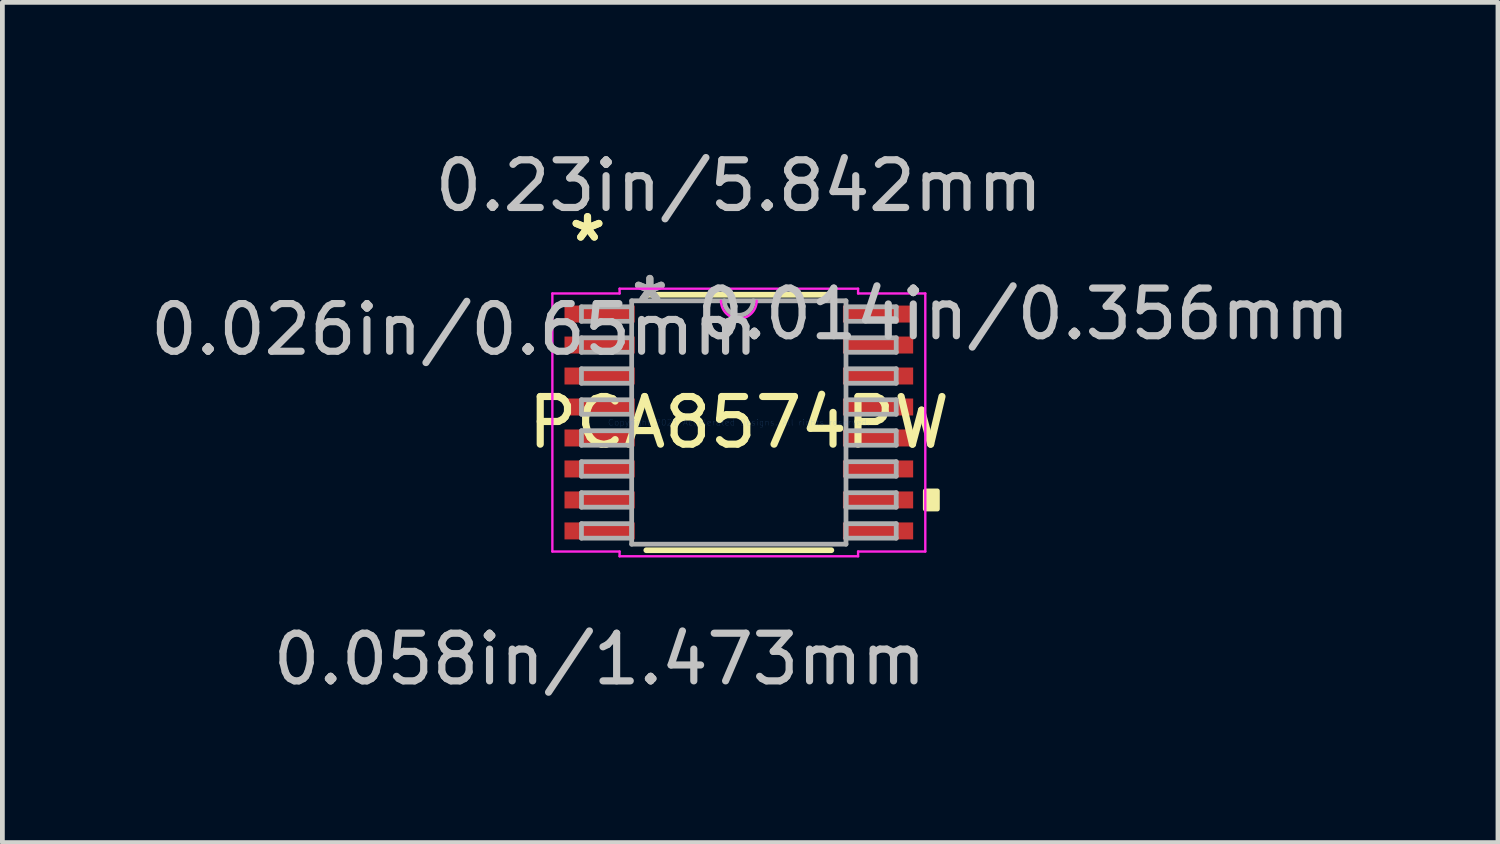
<source format=kicad_pcb>
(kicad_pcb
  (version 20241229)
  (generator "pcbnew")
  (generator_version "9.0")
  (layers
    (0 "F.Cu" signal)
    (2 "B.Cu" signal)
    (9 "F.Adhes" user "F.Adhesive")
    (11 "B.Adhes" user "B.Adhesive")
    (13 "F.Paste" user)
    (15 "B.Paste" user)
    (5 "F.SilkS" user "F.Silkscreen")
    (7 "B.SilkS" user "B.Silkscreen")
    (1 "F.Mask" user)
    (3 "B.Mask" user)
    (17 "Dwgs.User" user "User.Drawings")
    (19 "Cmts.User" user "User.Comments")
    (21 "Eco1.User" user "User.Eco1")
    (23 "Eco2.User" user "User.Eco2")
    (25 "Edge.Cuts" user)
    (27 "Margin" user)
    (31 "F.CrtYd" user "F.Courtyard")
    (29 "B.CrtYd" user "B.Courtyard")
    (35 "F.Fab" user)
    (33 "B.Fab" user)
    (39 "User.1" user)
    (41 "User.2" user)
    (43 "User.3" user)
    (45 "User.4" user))
  (footprint "PCA8574PW"
    (layer "F.Cu")
    (at 12.451 5.814)
    (property "Reference" "PCA8574PW" (at 0 0 0) (layer "F.SilkS") (effects (font (size 1 1) (thickness 0.15))))
    (attr through_hole)
    (fp_line (start -1.941 2.68) (end 1.941 2.68) (stroke (width 0.12) (type solid)) (layer "F.SilkS"))
    (fp_line (start 1.941 -2.68) (end -1.941 -2.68) (stroke (width 0.12) (type solid)) (layer "F.SilkS"))
    (fp_poly (pts (xy 4.166 1.435) (xy 4.166 1.816) (xy 3.912 1.816) (xy 3.912 1.435)) (stroke (width 0.1) (type solid)) (fill yes) (layer "F.SilkS"))
    (fp_line (start -3.912 -2.707) (end -2.502 -2.707) (stroke (width 0.05) (type solid)) (layer "F.CrtYd"))
    (fp_line (start -3.912 2.707) (end -3.912 -2.707) (stroke (width 0.05) (type solid)) (layer "F.CrtYd"))
    (fp_line (start -2.502 -2.807) (end 2.502 -2.807) (stroke (width 0.05) (type solid)) (layer "F.CrtYd"))
    (fp_line (start -2.502 -2.707) (end -2.502 -2.807) (stroke (width 0.05) (type solid)) (layer "F.CrtYd"))
    (fp_line (start -2.502 2.707) (end -3.912 2.707) (stroke (width 0.05) (type solid)) (layer "F.CrtYd"))
    (fp_line (start -2.502 2.807) (end -2.502 2.707) (stroke (width 0.05) (type solid)) (layer "F.CrtYd"))
    (fp_line (start 2.502 -2.807) (end 2.502 -2.707) (stroke (width 0.05) (type solid)) (layer "F.CrtYd"))
    (fp_line (start 2.502 -2.707) (end 3.912 -2.707) (stroke (width 0.05) (type solid)) (layer "F.CrtYd"))
    (fp_line (start 2.502 2.707) (end 2.502 2.807) (stroke (width 0.05) (type solid)) (layer "F.CrtYd"))
    (fp_line (start 2.502 2.807) (end -2.502 2.807) (stroke (width 0.05) (type solid)) (layer "F.CrtYd"))
    (fp_line (start 3.912 -2.707) (end 3.912 2.707) (stroke (width 0.05) (type solid)) (layer "F.CrtYd"))
    (fp_line (start 3.912 2.707) (end 2.502 2.707) (stroke (width 0.05) (type solid)) (layer "F.CrtYd"))
    (fp_arc (start 0.37465 -2.5527) (mid 0 -2.17805) (end -0.37465 -2.5527) (stroke (width 0.05) (type solid)) (layer "F.CrtYd"))
    (fp_line (start -3.302 -2.427) (end -3.302 -2.123) (stroke (width 0.1) (type solid)) (layer "F.Fab"))
    (fp_line (start -3.302 -2.123) (end -2.248 -2.123) (stroke (width 0.1) (type solid)) (layer "F.Fab"))
    (fp_line (start -3.302 -1.777) (end -3.302 -1.473) (stroke (width 0.1) (type solid)) (layer "F.Fab"))
    (fp_line (start -3.302 -1.473) (end -2.248 -1.473) (stroke (width 0.1) (type solid)) (layer "F.Fab"))
    (fp_line (start -3.302 -1.127) (end -3.302 -0.823) (stroke (width 0.1) (type solid)) (layer "F.Fab"))
    (fp_line (start -3.302 -0.823) (end -2.248 -0.823) (stroke (width 0.1) (type solid)) (layer "F.Fab"))
    (fp_line (start -3.302 -0.477) (end -3.302 -0.173) (stroke (width 0.1) (type solid)) (layer "F.Fab"))
    (fp_line (start -3.302 -0.173) (end -2.248 -0.173) (stroke (width 0.1) (type solid)) (layer "F.Fab"))
    (fp_line (start -3.302 0.173) (end -3.302 0.477) (stroke (width 0.1) (type solid)) (layer "F.Fab"))
    (fp_line (start -3.302 0.477) (end -2.248 0.477) (stroke (width 0.1) (type solid)) (layer "F.Fab"))
    (fp_line (start -3.302 0.823) (end -3.302 1.127) (stroke (width 0.1) (type solid)) (layer "F.Fab"))
    (fp_line (start -3.302 1.127) (end -2.248 1.127) (stroke (width 0.1) (type solid)) (layer "F.Fab"))
    (fp_line (start -3.302 1.473) (end -3.302 1.777) (stroke (width 0.1) (type solid)) (layer "F.Fab"))
    (fp_line (start -3.302 1.777) (end -2.248 1.777) (stroke (width 0.1) (type solid)) (layer "F.Fab"))
    (fp_line (start -3.302 2.123) (end -3.302 2.427) (stroke (width 0.1) (type solid)) (layer "F.Fab"))
    (fp_line (start -3.302 2.427) (end -2.248 2.427) (stroke (width 0.1) (type solid)) (layer "F.Fab"))
    (fp_line (start -2.248 -2.553) (end -2.248 2.553) (stroke (width 0.1) (type solid)) (layer "F.Fab"))
    (fp_line (start -2.248 -2.427) (end -3.302 -2.427) (stroke (width 0.1) (type solid)) (layer "F.Fab"))
    (fp_line (start -2.248 -2.123) (end -2.248 -2.427) (stroke (width 0.1) (type solid)) (layer "F.Fab"))
    (fp_line (start -2.248 -1.777) (end -3.302 -1.777) (stroke (width 0.1) (type solid)) (layer "F.Fab"))
    (fp_line (start -2.248 -1.473) (end -2.248 -1.777) (stroke (width 0.1) (type solid)) (layer "F.Fab"))
    (fp_line (start -2.248 -1.127) (end -3.302 -1.127) (stroke (width 0.1) (type solid)) (layer "F.Fab"))
    (fp_line (start -2.248 -0.823) (end -2.248 -1.127) (stroke (width 0.1) (type solid)) (layer "F.Fab"))
    (fp_line (start -2.248 -0.477) (end -3.302 -0.477) (stroke (width 0.1) (type solid)) (layer "F.Fab"))
    (fp_line (start -2.248 -0.173) (end -2.248 -0.477) (stroke (width 0.1) (type solid)) (layer "F.Fab"))
    (fp_line (start -2.248 0.173) (end -3.302 0.173) (stroke (width 0.1) (type solid)) (layer "F.Fab"))
    (fp_line (start -2.248 0.477) (end -2.248 0.173) (stroke (width 0.1) (type solid)) (layer "F.Fab"))
    (fp_line (start -2.248 0.823) (end -3.302 0.823) (stroke (width 0.1) (type solid)) (layer "F.Fab"))
    (fp_line (start -2.248 1.127) (end -2.248 0.823) (stroke (width 0.1) (type solid)) (layer "F.Fab"))
    (fp_line (start -2.248 1.473) (end -3.302 1.473) (stroke (width 0.1) (type solid)) (layer "F.Fab"))
    (fp_line (start -2.248 1.777) (end -2.248 1.473) (stroke (width 0.1) (type solid)) (layer "F.Fab"))
    (fp_line (start -2.248 2.123) (end -3.302 2.123) (stroke (width 0.1) (type solid)) (layer "F.Fab"))
    (fp_line (start -2.248 2.427) (end -2.248 2.123) (stroke (width 0.1) (type solid)) (layer "F.Fab"))
    (fp_line (start -2.248 2.553) (end 2.248 2.553) (stroke (width 0.1) (type solid)) (layer "F.Fab"))
    (fp_line (start 2.248 -2.553) (end -2.248 -2.553) (stroke (width 0.1) (type solid)) (layer "F.Fab"))
    (fp_line (start 2.248 -2.427) (end 2.248 -2.123) (stroke (width 0.1) (type solid)) (layer "F.Fab"))
    (fp_line (start 2.248 -2.123) (end 3.302 -2.123) (stroke (width 0.1) (type solid)) (layer "F.Fab"))
    (fp_line (start 2.248 -1.777) (end 2.248 -1.473) (stroke (width 0.1) (type solid)) (layer "F.Fab"))
    (fp_line (start 2.248 -1.473) (end 3.302 -1.473) (stroke (width 0.1) (type solid)) (layer "F.Fab"))
    (fp_line (start 2.248 -1.127) (end 2.248 -0.823) (stroke (width 0.1) (type solid)) (layer "F.Fab"))
    (fp_line (start 2.248 -0.823) (end 3.302 -0.823) (stroke (width 0.1) (type solid)) (layer "F.Fab"))
    (fp_line (start 2.248 -0.477) (end 2.248 -0.173) (stroke (width 0.1) (type solid)) (layer "F.Fab"))
    (fp_line (start 2.248 -0.173) (end 3.302 -0.173) (stroke (width 0.1) (type solid)) (layer "F.Fab"))
    (fp_line (start 2.248 0.173) (end 2.248 0.477) (stroke (width 0.1) (type solid)) (layer "F.Fab"))
    (fp_line (start 2.248 0.477) (end 3.302 0.477) (stroke (width 0.1) (type solid)) (layer "F.Fab"))
    (fp_line (start 2.248 0.823) (end 2.248 1.127) (stroke (width 0.1) (type solid)) (layer "F.Fab"))
    (fp_line (start 2.248 1.127) (end 3.302 1.127) (stroke (width 0.1) (type solid)) (layer "F.Fab"))
    (fp_line (start 2.248 1.473) (end 2.248 1.777) (stroke (width 0.1) (type solid)) (layer "F.Fab"))
    (fp_line (start 2.248 1.777) (end 3.302 1.777) (stroke (width 0.1) (type solid)) (layer "F.Fab"))
    (fp_line (start 2.248 2.123) (end 2.248 2.427) (stroke (width 0.1) (type solid)) (layer "F.Fab"))
    (fp_line (start 2.248 2.427) (end 3.302 2.427) (stroke (width 0.1) (type solid)) (layer "F.Fab"))
    (fp_line (start 2.248 2.553) (end 2.248 -2.553) (stroke (width 0.1) (type solid)) (layer "F.Fab"))
    (fp_line (start 3.302 -2.427) (end 2.248 -2.427) (stroke (width 0.1) (type solid)) (layer "F.Fab"))
    (fp_line (start 3.302 -2.123) (end 3.302 -2.427) (stroke (width 0.1) (type solid)) (layer "F.Fab"))
    (fp_line (start 3.302 -1.777) (end 2.248 -1.777) (stroke (width 0.1) (type solid)) (layer "F.Fab"))
    (fp_line (start 3.302 -1.473) (end 3.302 -1.777) (stroke (width 0.1) (type solid)) (layer "F.Fab"))
    (fp_line (start 3.302 -1.127) (end 2.248 -1.127) (stroke (width 0.1) (type solid)) (layer "F.Fab"))
    (fp_line (start 3.302 -0.823) (end 3.302 -1.127) (stroke (width 0.1) (type solid)) (layer "F.Fab"))
    (fp_line (start 3.302 -0.477) (end 2.248 -0.477) (stroke (width 0.1) (type solid)) (layer "F.Fab"))
    (fp_line (start 3.302 -0.173) (end 3.302 -0.477) (stroke (width 0.1) (type solid)) (layer "F.Fab"))
    (fp_line (start 3.302 0.173) (end 2.248 0.173) (stroke (width 0.1) (type solid)) (layer "F.Fab"))
    (fp_line (start 3.302 0.477) (end 3.302 0.173) (stroke (width 0.1) (type solid)) (layer "F.Fab"))
    (fp_line (start 3.302 0.823) (end 2.248 0.823) (stroke (width 0.1) (type solid)) (layer "F.Fab"))
    (fp_line (start 3.302 1.127) (end 3.302 0.823) (stroke (width 0.1) (type solid)) (layer "F.Fab"))
    (fp_line (start 3.302 1.473) (end 2.248 1.473) (stroke (width 0.1) (type solid)) (layer "F.Fab"))
    (fp_line (start 3.302 1.777) (end 3.302 1.473) (stroke (width 0.1) (type solid)) (layer "F.Fab"))
    (fp_line (start 3.302 2.123) (end 2.248 2.123) (stroke (width 0.1) (type solid)) (layer "F.Fab"))
    (fp_line (start 3.302 2.427) (end 3.302 2.123) (stroke (width 0.1) (type solid)) (layer "F.Fab"))
    (fp_arc (start 0.3048 -2.5527) (mid 0 -2.2479) (end -0.3048 -2.5527) (stroke (width 0.1) (type solid)) (layer "F.Fab"))
    (fp_text user "*" (at -3.175 -3.774 0) (layer "F.SilkS") (effects (font (size 1 1) (thickness 0.15))))
    (fp_text user "*" (at -3.175 -3.774 0) (layer "F.SilkS") (effects (font (size 1 1) (thickness 0.15))))
    (fp_text user "0.23in/5.842mm" (at 0 -4.966 0) (layer "Dwgs.User") (effects (font (size 1 1) (thickness 0.15))))
    (fp_text user "0.026in/0.65mm" (at -5.969 -1.95 0) (layer "Dwgs.User") (effects (font (size 1 1) (thickness 0.15))))
    (fp_text user "0.014in/0.356mm" (at 5.969 -2.275 0) (layer "Dwgs.User") (effects (font (size 1 1) (thickness 0.15))))
    (fp_text user "0.058in/1.473mm" (at -2.921 4.966 0) (layer "Dwgs.User") (effects (font (size 1 1) (thickness 0.15))))
    (fp_text user "Copyright 2021 Accelerated Designs. All rights reserved." (at 0 0 0) (layer "Cmts.User") (effects (font (size 0.127 0.127) (thickness 0.002))))
    (fp_text user "*" (at -1.867 -2.477 0) (layer "F.Fab") (effects (font (size 1 1) (thickness 0.15))))
    (fp_text user "*" (at -1.867 -2.477 0) (layer "F.Fab") (effects (font (size 1 1) (thickness 0.15))))
    (pad "1" smd rect (at -2.921 -2.275) (size 1.473 0.356) (layers "F.Cu" "F.Mask" "F.Paste"))
    (pad "2" smd rect (at -2.921 -1.625) (size 1.473 0.356) (layers "F.Cu" "F.Mask" "F.Paste"))
    (pad "3" smd rect (at -2.921 -0.975) (size 1.473 0.356) (layers "F.Cu" "F.Mask" "F.Paste"))
    (pad "4" smd rect (at -2.921 -0.325) (size 1.473 0.356) (layers "F.Cu" "F.Mask" "F.Paste"))
    (pad "5" smd rect (at -2.921 0.325) (size 1.473 0.356) (layers "F.Cu" "F.Mask" "F.Paste"))
    (pad "6" smd rect (at -2.921 0.975) (size 1.473 0.356) (layers "F.Cu" "F.Mask" "F.Paste"))
    (pad "7" smd rect (at -2.921 1.625) (size 1.473 0.356) (layers "F.Cu" "F.Mask" "F.Paste"))
    (pad "8" smd rect (at -2.921 2.275) (size 1.473 0.356) (layers "F.Cu" "F.Mask" "F.Paste"))
    (pad "9" smd rect (at 2.921 2.275) (size 1.473 0.356) (layers "F.Cu" "F.Mask" "F.Paste"))
    (pad "10" smd rect (at 2.921 1.625) (size 1.473 0.356) (layers "F.Cu" "F.Mask" "F.Paste"))
    (pad "11" smd rect (at 2.921 0.975) (size 1.473 0.356) (layers "F.Cu" "F.Mask" "F.Paste"))
    (pad "12" smd rect (at 2.921 0.325) (size 1.473 0.356) (layers "F.Cu" "F.Mask" "F.Paste"))
    (pad "13" smd rect (at 2.921 -0.325) (size 1.473 0.356) (layers "F.Cu" "F.Mask" "F.Paste"))
    (pad "14" smd rect (at 2.921 -0.975) (size 1.473 0.356) (layers "F.Cu" "F.Mask" "F.Paste"))
    (pad "15" smd rect (at 2.921 -1.625) (size 1.473 0.356) (layers "F.Cu" "F.Mask" "F.Paste"))
    (pad "16" smd rect (at 2.921 -2.275) (size 1.473 0.356) (layers "F.Cu" "F.Mask" "F.Paste")))
  (gr_rect
    (start -3 -3)
    (end 28.378 14.628)
    (stroke (width 0.1) (type default))
    (fill no)
    (layer "Edge.Cuts")))
</source>
